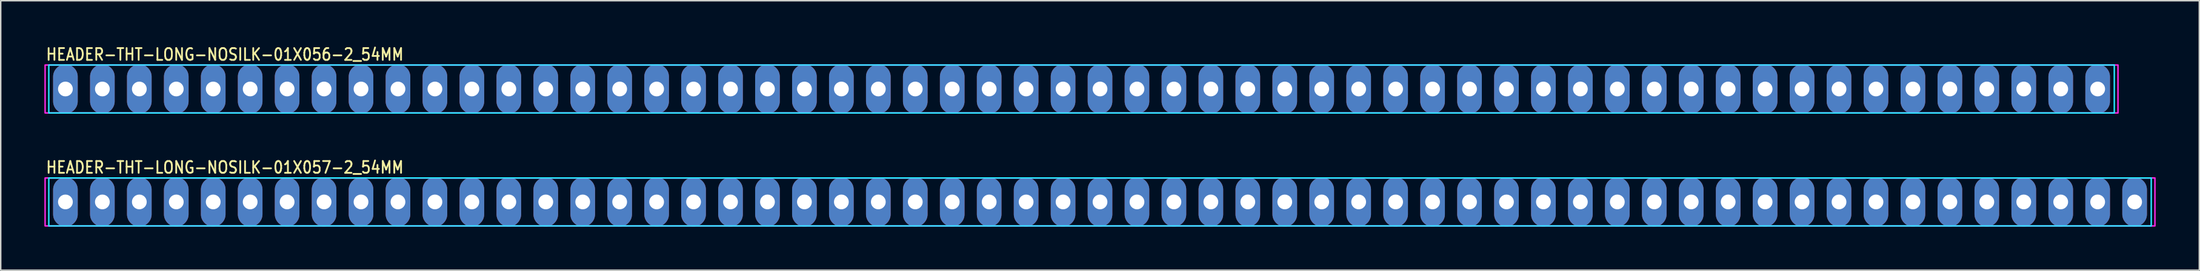
<source format=kicad_pcb>
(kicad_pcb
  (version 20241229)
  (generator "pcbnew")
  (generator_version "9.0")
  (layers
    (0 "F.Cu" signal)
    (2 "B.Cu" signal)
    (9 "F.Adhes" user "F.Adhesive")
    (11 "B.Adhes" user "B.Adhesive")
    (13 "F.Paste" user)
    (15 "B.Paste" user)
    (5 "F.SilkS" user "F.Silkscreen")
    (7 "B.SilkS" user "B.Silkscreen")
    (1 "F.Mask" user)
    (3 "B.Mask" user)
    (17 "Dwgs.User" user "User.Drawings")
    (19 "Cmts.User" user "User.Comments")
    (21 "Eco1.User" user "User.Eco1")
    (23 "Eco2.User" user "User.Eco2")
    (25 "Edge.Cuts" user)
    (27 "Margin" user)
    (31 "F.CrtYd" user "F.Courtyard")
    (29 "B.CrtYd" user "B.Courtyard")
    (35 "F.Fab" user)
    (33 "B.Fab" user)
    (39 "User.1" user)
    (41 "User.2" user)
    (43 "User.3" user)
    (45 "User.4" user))
  (footprint "HEADER-THT-LONG-NOSILK-01X056-2_54MM"
    (layer "F.Cu")
    (at 1.447 3.079)
    (property "Reference" "HEADER-THT-LONG-NOSILK-01X056-2_54MM" (at -1.4 -1.9 0) (unlocked yes) (layer "F.SilkS") (effects (font (size 0.813 0.695) (thickness 0.122)) (justify left bottom)))
    (fp_poly (pts (xy -1.143 -1.651) (xy 140.843 -1.651) (xy 140.843 1.651) (xy -1.143 1.651)) (stroke (width 0.1) (type solid)) (fill no) (layer "B.CrtYd"))
    (fp_poly (pts (xy -1.397 -1.651) (xy 141.097 -1.651) (xy 141.097 1.651) (xy -1.397 1.651)) (stroke (width 0.1) (type solid)) (fill no) (layer "F.CrtYd"))
    (pad "P$1" thru_hole oval (at 0 0 90) (size 3.387 1.693) (drill 1.016) (layers "*.Cu" "*.Mask"))
    (pad "P$2" thru_hole oval (at 2.54 0 90) (size 3.387 1.693) (drill 1.016) (layers "*.Cu" "*.Mask"))
    (pad "P$3" thru_hole oval (at 5.08 0 90) (size 3.387 1.693) (drill 1.016) (layers "*.Cu" "*.Mask"))
    (pad "P$4" thru_hole oval (at 7.62 0 90) (size 3.387 1.693) (drill 1.016) (layers "*.Cu" "*.Mask"))
    (pad "P$5" thru_hole oval (at 10.16 0 90) (size 3.387 1.693) (drill 1.016) (layers "*.Cu" "*.Mask"))
    (pad "P$6" thru_hole oval (at 12.7 0 90) (size 3.387 1.693) (drill 1.016) (layers "*.Cu" "*.Mask"))
    (pad "P$7" thru_hole oval (at 15.24 0 90) (size 3.387 1.693) (drill 1.016) (layers "*.Cu" "*.Mask"))
    (pad "P$8" thru_hole oval (at 17.78 0 90) (size 3.387 1.693) (drill 1.016) (layers "*.Cu" "*.Mask"))
    (pad "P$9" thru_hole oval (at 20.32 0 90) (size 3.387 1.693) (drill 1.016) (layers "*.Cu" "*.Mask"))
    (pad "P$10" thru_hole oval (at 22.86 0 90) (size 3.387 1.693) (drill 1.016) (layers "*.Cu" "*.Mask"))
    (pad "P$11" thru_hole oval (at 25.4 0 90) (size 3.387 1.693) (drill 1.016) (layers "*.Cu" "*.Mask"))
    (pad "P$12" thru_hole oval (at 27.94 0 90) (size 3.387 1.693) (drill 1.016) (layers "*.Cu" "*.Mask"))
    (pad "P$13" thru_hole oval (at 30.48 0 90) (size 3.387 1.693) (drill 1.016) (layers "*.Cu" "*.Mask"))
    (pad "P$14" thru_hole oval (at 33.02 0 90) (size 3.387 1.693) (drill 1.016) (layers "*.Cu" "*.Mask"))
    (pad "P$15" thru_hole oval (at 35.56 0 90) (size 3.387 1.693) (drill 1.016) (layers "*.Cu" "*.Mask"))
    (pad "P$16" thru_hole oval (at 38.1 0 90) (size 3.387 1.693) (drill 1.016) (layers "*.Cu" "*.Mask"))
    (pad "P$17" thru_hole oval (at 40.64 0 90) (size 3.387 1.693) (drill 1.016) (layers "*.Cu" "*.Mask"))
    (pad "P$18" thru_hole oval (at 43.18 0 90) (size 3.387 1.693) (drill 1.016) (layers "*.Cu" "*.Mask"))
    (pad "P$19" thru_hole oval (at 45.72 0 90) (size 3.387 1.693) (drill 1.016) (layers "*.Cu" "*.Mask"))
    (pad "P$20" thru_hole oval (at 48.26 0 90) (size 3.387 1.693) (drill 1.016) (layers "*.Cu" "*.Mask"))
    (pad "P$21" thru_hole oval (at 50.8 0 90) (size 3.387 1.693) (drill 1.016) (layers "*.Cu" "*.Mask"))
    (pad "P$22" thru_hole oval (at 53.34 0 90) (size 3.387 1.693) (drill 1.016) (layers "*.Cu" "*.Mask"))
    (pad "P$23" thru_hole oval (at 55.88 0 90) (size 3.387 1.693) (drill 1.016) (layers "*.Cu" "*.Mask"))
    (pad "P$24" thru_hole oval (at 58.42 0 90) (size 3.387 1.693) (drill 1.016) (layers "*.Cu" "*.Mask"))
    (pad "P$25" thru_hole oval (at 60.96 0 90) (size 3.387 1.693) (drill 1.016) (layers "*.Cu" "*.Mask"))
    (pad "P$26" thru_hole oval (at 63.5 0 90) (size 3.387 1.693) (drill 1.016) (layers "*.Cu" "*.Mask"))
    (pad "P$27" thru_hole oval (at 66.04 0 90) (size 3.387 1.693) (drill 1.016) (layers "*.Cu" "*.Mask"))
    (pad "P$28" thru_hole oval (at 68.58 0 90) (size 3.387 1.693) (drill 1.016) (layers "*.Cu" "*.Mask"))
    (pad "P$29" thru_hole oval (at 71.12 0 90) (size 3.387 1.693) (drill 1.016) (layers "*.Cu" "*.Mask"))
    (pad "P$30" thru_hole oval (at 73.66 0 90) (size 3.387 1.693) (drill 1.016) (layers "*.Cu" "*.Mask"))
    (pad "P$31" thru_hole oval (at 76.2 0 90) (size 3.387 1.693) (drill 1.016) (layers "*.Cu" "*.Mask"))
    (pad "P$32" thru_hole oval (at 78.74 0 90) (size 3.387 1.693) (drill 1.016) (layers "*.Cu" "*.Mask"))
    (pad "P$33" thru_hole oval (at 81.28 0 90) (size 3.387 1.693) (drill 1.016) (layers "*.Cu" "*.Mask"))
    (pad "P$34" thru_hole oval (at 83.82 0 90) (size 3.387 1.693) (drill 1.016) (layers "*.Cu" "*.Mask"))
    (pad "P$35" thru_hole oval (at 86.36 0 90) (size 3.387 1.693) (drill 1.016) (layers "*.Cu" "*.Mask"))
    (pad "P$36" thru_hole oval (at 88.9 0 90) (size 3.387 1.693) (drill 1.016) (layers "*.Cu" "*.Mask"))
    (pad "P$37" thru_hole oval (at 91.44 0 90) (size 3.387 1.693) (drill 1.016) (layers "*.Cu" "*.Mask"))
    (pad "P$38" thru_hole oval (at 93.98 0 90) (size 3.387 1.693) (drill 1.016) (layers "*.Cu" "*.Mask"))
    (pad "P$39" thru_hole oval (at 96.52 0 90) (size 3.387 1.693) (drill 1.016) (layers "*.Cu" "*.Mask"))
    (pad "P$40" thru_hole oval (at 99.06 0 90) (size 3.387 1.693) (drill 1.016) (layers "*.Cu" "*.Mask"))
    (pad "P$41" thru_hole oval (at 101.6 0 90) (size 3.387 1.693) (drill 1.016) (layers "*.Cu" "*.Mask"))
    (pad "P$42" thru_hole oval (at 104.14 0 90) (size 3.387 1.693) (drill 1.016) (layers "*.Cu" "*.Mask"))
    (pad "P$43" thru_hole oval (at 106.68 0 90) (size 3.387 1.693) (drill 1.016) (layers "*.Cu" "*.Mask"))
    (pad "P$44" thru_hole oval (at 109.22 0 90) (size 3.387 1.693) (drill 1.016) (layers "*.Cu" "*.Mask"))
    (pad "P$45" thru_hole oval (at 111.76 0 90) (size 3.387 1.693) (drill 1.016) (layers "*.Cu" "*.Mask"))
    (pad "P$46" thru_hole oval (at 114.3 0 90) (size 3.387 1.693) (drill 1.016) (layers "*.Cu" "*.Mask"))
    (pad "P$47" thru_hole oval (at 116.84 0 90) (size 3.387 1.693) (drill 1.016) (layers "*.Cu" "*.Mask"))
    (pad "P$48" thru_hole oval (at 119.38 0 90) (size 3.387 1.693) (drill 1.016) (layers "*.Cu" "*.Mask"))
    (pad "P$49" thru_hole oval (at 121.92 0 90) (size 3.387 1.693) (drill 1.016) (layers "*.Cu" "*.Mask"))
    (pad "P$50" thru_hole oval (at 124.46 0 90) (size 3.387 1.693) (drill 1.016) (layers "*.Cu" "*.Mask"))
    (pad "P$51" thru_hole oval (at 127 0 90) (size 3.387 1.693) (drill 1.016) (layers "*.Cu" "*.Mask"))
    (pad "P$52" thru_hole oval (at 129.54 0 90) (size 3.387 1.693) (drill 1.016) (layers "*.Cu" "*.Mask"))
    (pad "P$53" thru_hole oval (at 132.08 0 90) (size 3.387 1.693) (drill 1.016) (layers "*.Cu" "*.Mask"))
    (pad "P$54" thru_hole oval (at 134.62 0 90) (size 3.387 1.693) (drill 1.016) (layers "*.Cu" "*.Mask"))
    (pad "P$55" thru_hole oval (at 137.16 0 90) (size 3.387 1.693) (drill 1.016) (layers "*.Cu" "*.Mask"))
    (pad "P$56" thru_hole oval (at 139.7 0 90) (size 3.387 1.693) (drill 1.016) (layers "*.Cu" "*.Mask")))
  (footprint "HEADER-THT-LONG-NOSILK-01X057-2_54MM"
    (layer "F.Cu")
    (at 1.447 10.858)
    (property "Reference" "HEADER-THT-LONG-NOSILK-01X057-2_54MM" (at -1.4 -1.9 0) (unlocked yes) (layer "F.SilkS") (effects (font (size 0.813 0.695) (thickness 0.122)) (justify left bottom)))
    (fp_poly (pts (xy -1.143 -1.651) (xy 143.383 -1.651) (xy 143.383 1.651) (xy -1.143 1.651)) (stroke (width 0.1) (type solid)) (fill no) (layer "B.CrtYd"))
    (fp_poly (pts (xy -1.397 -1.651) (xy 143.637 -1.651) (xy 143.637 1.651) (xy -1.397 1.651)) (stroke (width 0.1) (type solid)) (fill no) (layer "F.CrtYd"))
    (pad "P$1" thru_hole oval (at 0 0 90) (size 3.387 1.693) (drill 1.016) (layers "*.Cu" "*.Mask"))
    (pad "P$2" thru_hole oval (at 2.54 0 90) (size 3.387 1.693) (drill 1.016) (layers "*.Cu" "*.Mask"))
    (pad "P$3" thru_hole oval (at 5.08 0 90) (size 3.387 1.693) (drill 1.016) (layers "*.Cu" "*.Mask"))
    (pad "P$4" thru_hole oval (at 7.62 0 90) (size 3.387 1.693) (drill 1.016) (layers "*.Cu" "*.Mask"))
    (pad "P$5" thru_hole oval (at 10.16 0 90) (size 3.387 1.693) (drill 1.016) (layers "*.Cu" "*.Mask"))
    (pad "P$6" thru_hole oval (at 12.7 0 90) (size 3.387 1.693) (drill 1.016) (layers "*.Cu" "*.Mask"))
    (pad "P$7" thru_hole oval (at 15.24 0 90) (size 3.387 1.693) (drill 1.016) (layers "*.Cu" "*.Mask"))
    (pad "P$8" thru_hole oval (at 17.78 0 90) (size 3.387 1.693) (drill 1.016) (layers "*.Cu" "*.Mask"))
    (pad "P$9" thru_hole oval (at 20.32 0 90) (size 3.387 1.693) (drill 1.016) (layers "*.Cu" "*.Mask"))
    (pad "P$10" thru_hole oval (at 22.86 0 90) (size 3.387 1.693) (drill 1.016) (layers "*.Cu" "*.Mask"))
    (pad "P$11" thru_hole oval (at 25.4 0 90) (size 3.387 1.693) (drill 1.016) (layers "*.Cu" "*.Mask"))
    (pad "P$12" thru_hole oval (at 27.94 0 90) (size 3.387 1.693) (drill 1.016) (layers "*.Cu" "*.Mask"))
    (pad "P$13" thru_hole oval (at 30.48 0 90) (size 3.387 1.693) (drill 1.016) (layers "*.Cu" "*.Mask"))
    (pad "P$14" thru_hole oval (at 33.02 0 90) (size 3.387 1.693) (drill 1.016) (layers "*.Cu" "*.Mask"))
    (pad "P$15" thru_hole oval (at 35.56 0 90) (size 3.387 1.693) (drill 1.016) (layers "*.Cu" "*.Mask"))
    (pad "P$16" thru_hole oval (at 38.1 0 90) (size 3.387 1.693) (drill 1.016) (layers "*.Cu" "*.Mask"))
    (pad "P$17" thru_hole oval (at 40.64 0 90) (size 3.387 1.693) (drill 1.016) (layers "*.Cu" "*.Mask"))
    (pad "P$18" thru_hole oval (at 43.18 0 90) (size 3.387 1.693) (drill 1.016) (layers "*.Cu" "*.Mask"))
    (pad "P$19" thru_hole oval (at 45.72 0 90) (size 3.387 1.693) (drill 1.016) (layers "*.Cu" "*.Mask"))
    (pad "P$20" thru_hole oval (at 48.26 0 90) (size 3.387 1.693) (drill 1.016) (layers "*.Cu" "*.Mask"))
    (pad "P$21" thru_hole oval (at 50.8 0 90) (size 3.387 1.693) (drill 1.016) (layers "*.Cu" "*.Mask"))
    (pad "P$22" thru_hole oval (at 53.34 0 90) (size 3.387 1.693) (drill 1.016) (layers "*.Cu" "*.Mask"))
    (pad "P$23" thru_hole oval (at 55.88 0 90) (size 3.387 1.693) (drill 1.016) (layers "*.Cu" "*.Mask"))
    (pad "P$24" thru_hole oval (at 58.42 0 90) (size 3.387 1.693) (drill 1.016) (layers "*.Cu" "*.Mask"))
    (pad "P$25" thru_hole oval (at 60.96 0 90) (size 3.387 1.693) (drill 1.016) (layers "*.Cu" "*.Mask"))
    (pad "P$26" thru_hole oval (at 63.5 0 90) (size 3.387 1.693) (drill 1.016) (layers "*.Cu" "*.Mask"))
    (pad "P$27" thru_hole oval (at 66.04 0 90) (size 3.387 1.693) (drill 1.016) (layers "*.Cu" "*.Mask"))
    (pad "P$28" thru_hole oval (at 68.58 0 90) (size 3.387 1.693) (drill 1.016) (layers "*.Cu" "*.Mask"))
    (pad "P$29" thru_hole oval (at 71.12 0 90) (size 3.387 1.693) (drill 1.016) (layers "*.Cu" "*.Mask"))
    (pad "P$30" thru_hole oval (at 73.66 0 90) (size 3.387 1.693) (drill 1.016) (layers "*.Cu" "*.Mask"))
    (pad "P$31" thru_hole oval (at 76.2 0 90) (size 3.387 1.693) (drill 1.016) (layers "*.Cu" "*.Mask"))
    (pad "P$32" thru_hole oval (at 78.74 0 90) (size 3.387 1.693) (drill 1.016) (layers "*.Cu" "*.Mask"))
    (pad "P$33" thru_hole oval (at 81.28 0 90) (size 3.387 1.693) (drill 1.016) (layers "*.Cu" "*.Mask"))
    (pad "P$34" thru_hole oval (at 83.82 0 90) (size 3.387 1.693) (drill 1.016) (layers "*.Cu" "*.Mask"))
    (pad "P$35" thru_hole oval (at 86.36 0 90) (size 3.387 1.693) (drill 1.016) (layers "*.Cu" "*.Mask"))
    (pad "P$36" thru_hole oval (at 88.9 0 90) (size 3.387 1.693) (drill 1.016) (layers "*.Cu" "*.Mask"))
    (pad "P$37" thru_hole oval (at 91.44 0 90) (size 3.387 1.693) (drill 1.016) (layers "*.Cu" "*.Mask"))
    (pad "P$38" thru_hole oval (at 93.98 0 90) (size 3.387 1.693) (drill 1.016) (layers "*.Cu" "*.Mask"))
    (pad "P$39" thru_hole oval (at 96.52 0 90) (size 3.387 1.693) (drill 1.016) (layers "*.Cu" "*.Mask"))
    (pad "P$40" thru_hole oval (at 99.06 0 90) (size 3.387 1.693) (drill 1.016) (layers "*.Cu" "*.Mask"))
    (pad "P$41" thru_hole oval (at 101.6 0 90) (size 3.387 1.693) (drill 1.016) (layers "*.Cu" "*.Mask"))
    (pad "P$42" thru_hole oval (at 104.14 0 90) (size 3.387 1.693) (drill 1.016) (layers "*.Cu" "*.Mask"))
    (pad "P$43" thru_hole oval (at 106.68 0 90) (size 3.387 1.693) (drill 1.016) (layers "*.Cu" "*.Mask"))
    (pad "P$44" thru_hole oval (at 109.22 0 90) (size 3.387 1.693) (drill 1.016) (layers "*.Cu" "*.Mask"))
    (pad "P$45" thru_hole oval (at 111.76 0 90) (size 3.387 1.693) (drill 1.016) (layers "*.Cu" "*.Mask"))
    (pad "P$46" thru_hole oval (at 114.3 0 90) (size 3.387 1.693) (drill 1.016) (layers "*.Cu" "*.Mask"))
    (pad "P$47" thru_hole oval (at 116.84 0 90) (size 3.387 1.693) (drill 1.016) (layers "*.Cu" "*.Mask"))
    (pad "P$48" thru_hole oval (at 119.38 0 90) (size 3.387 1.693) (drill 1.016) (layers "*.Cu" "*.Mask"))
    (pad "P$49" thru_hole oval (at 121.92 0 90) (size 3.387 1.693) (drill 1.016) (layers "*.Cu" "*.Mask"))
    (pad "P$50" thru_hole oval (at 124.46 0 90) (size 3.387 1.693) (drill 1.016) (layers "*.Cu" "*.Mask"))
    (pad "P$51" thru_hole oval (at 127 0 90) (size 3.387 1.693) (drill 1.016) (layers "*.Cu" "*.Mask"))
    (pad "P$52" thru_hole oval (at 129.54 0 90) (size 3.387 1.693) (drill 1.016) (layers "*.Cu" "*.Mask"))
    (pad "P$53" thru_hole oval (at 132.08 0 90) (size 3.387 1.693) (drill 1.016) (layers "*.Cu" "*.Mask"))
    (pad "P$54" thru_hole oval (at 134.62 0 90) (size 3.387 1.693) (drill 1.016) (layers "*.Cu" "*.Mask"))
    (pad "P$55" thru_hole oval (at 137.16 0 90) (size 3.387 1.693) (drill 1.016) (layers "*.Cu" "*.Mask"))
    (pad "P$56" thru_hole oval (at 139.7 0 90) (size 3.387 1.693) (drill 1.016) (layers "*.Cu" "*.Mask"))
    (pad "P$57" thru_hole oval (at 142.24 0 90) (size 3.387 1.693) (drill 1.016) (layers "*.Cu" "*.Mask")))
  (gr_rect
    (start -3 -3)
    (end 148.134 15.559)
    (stroke (width 0.1) (type default))
    (fill no)
    (layer "Edge.Cuts")))
</source>
